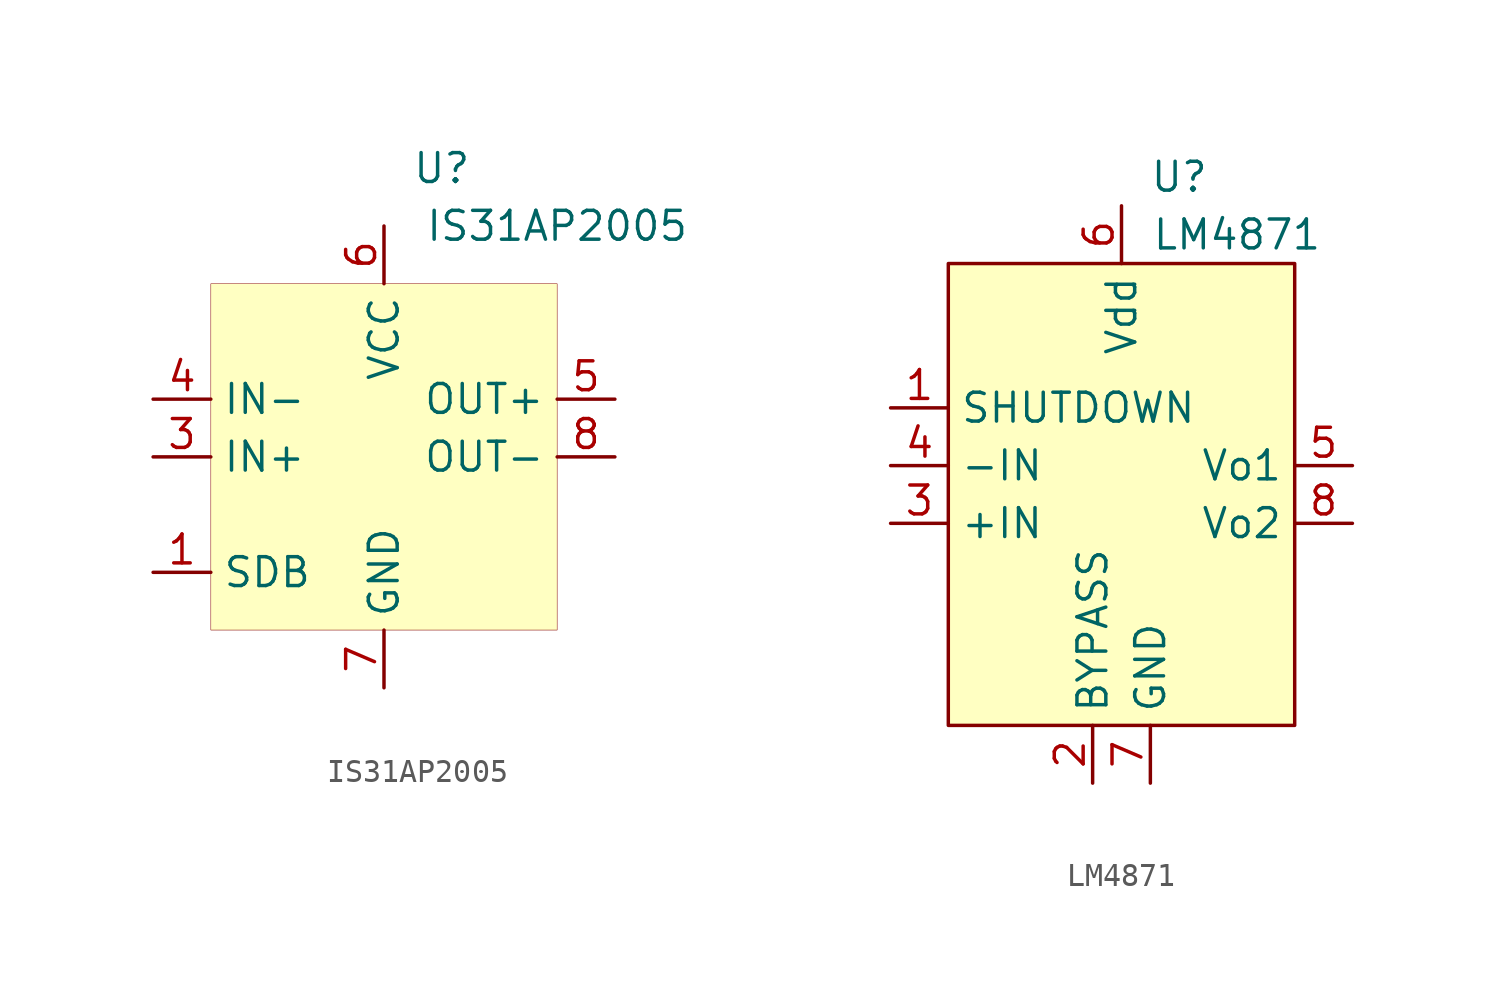
<source format=kicad_sym>
(kicad_symbol_lib
  (version 20211014)
  (generator kicad_symbol_editor)
  (symbol "Jmptable_Amplifier_Audio:IS31AP2005"
    (property "Reference" "U"
      (at 2.54 12.7 0)
      (effects (font (size 1.27 1.27))))
    (property "Value" "IS31AP2005"
      (at 7.62 10.16 0)
      (effects (font (size 1.27 1.27))))
    (symbol "IS31AP2005_0_0"
      (pin input line (at -10.16 -5.08 0) (length 2.54) (name "SDB" (effects (font (size 1.27 1.27)))) (number "1" (effects (font (size 1.27 1.27)))))
      (pin no_connect line (at 2.54 -10.16 90) (length 2.54) hide (name "NC" (effects (font (size 1.27 1.27)))) (number "2" (effects (font (size 1.27 1.27)))))
      (pin input line (at -10.16 0 0) (length 2.54) (name "IN+" (effects (font (size 1.27 1.27)))) (number "3" (effects (font (size 1.27 1.27)))))
      (pin input line (at -10.16 2.54 0) (length 2.54) (name "IN-" (effects (font (size 1.27 1.27)))) (number "4" (effects (font (size 1.27 1.27)))))
      (pin output line (at 10.16 2.54 180) (length 2.54) (name "OUT+" (effects (font (size 1.27 1.27)))) (number "5" (effects (font (size 1.27 1.27)))))
      (pin power_in line (at 0 10.16 270) (length 2.54) (name "VCC" (effects (font (size 1.27 1.27)))) (number "6" (effects (font (size 1.27 1.27)))))
      (pin power_in line (at 0 -10.16 90) (length 2.54) (name "GND" (effects (font (size 1.27 1.27)))) (number "7" (effects (font (size 1.27 1.27)))))
      (pin output line (at 10.16 0 180) (length 2.54) (name "OUT-" (effects (font (size 1.27 1.27)))) (number "8" (effects (font (size 1.27 1.27))))))
    (symbol "IS31AP2005_0_1"
      (rectangle (start -7.62 7.62) (end 7.62 -7.62) (stroke (width 0.001) (type default) (color 0 0 0 0)) (fill (type background)))))
  (symbol "Jmptable_Amplifier_Audio:LM4871"
    (property "Reference" "U"
      (at 2.54 13.97 0)
      (effects (font (size 1.27 1.27))))
    (property "Value" "LM4871"
      (at 5.08 11.43 0)
      (effects (font (size 1.27 1.27))))
    (symbol "LM4871_0_0"
      (pin input line (at -10.16 3.81 0) (length 2.54) (name "SHUTDOWN" (effects (font (size 1.27 1.27)))) (number "1" (effects (font (size 1.27 1.27)))))
      (pin passive line (at -1.27 -12.7 90) (length 2.54) (name "BYPASS" (effects (font (size 1.27 1.27)))) (number "2" (effects (font (size 1.27 1.27)))))
      (pin input line (at -10.16 -1.27 0) (length 2.54) (name "+IN" (effects (font (size 1.27 1.27)))) (number "3" (effects (font (size 1.27 1.27)))))
      (pin input line (at -10.16 1.27 0) (length 2.54) (name "-IN" (effects (font (size 1.27 1.27)))) (number "4" (effects (font (size 1.27 1.27)))))
      (pin output line (at 10.16 1.27 180) (length 2.54) (name "Vo1" (effects (font (size 1.27 1.27)))) (number "5" (effects (font (size 1.27 1.27)))))
      (pin power_in line (at 0 12.7 270) (length 2.54) (name "Vdd" (effects (font (size 1.27 1.27)))) (number "6" (effects (font (size 1.27 1.27)))))
      (pin power_in line (at 1.27 -12.7 90) (length 2.54) (name "GND" (effects (font (size 1.27 1.27)))) (number "7" (effects (font (size 1.27 1.27)))))
      (pin output line (at 10.16 -1.27 180) (length 2.54) (name "Vo2" (effects (font (size 1.27 1.27)))) (number "8" (effects (font (size 1.27 1.27))))))
    (symbol "LM4871_0_1"
      (rectangle (start -7.62 10.16) (end 7.62 -10.16) (stroke (width 0.152) (type default) (color 0 0 0 0)) (fill (type background))))))
</source>
